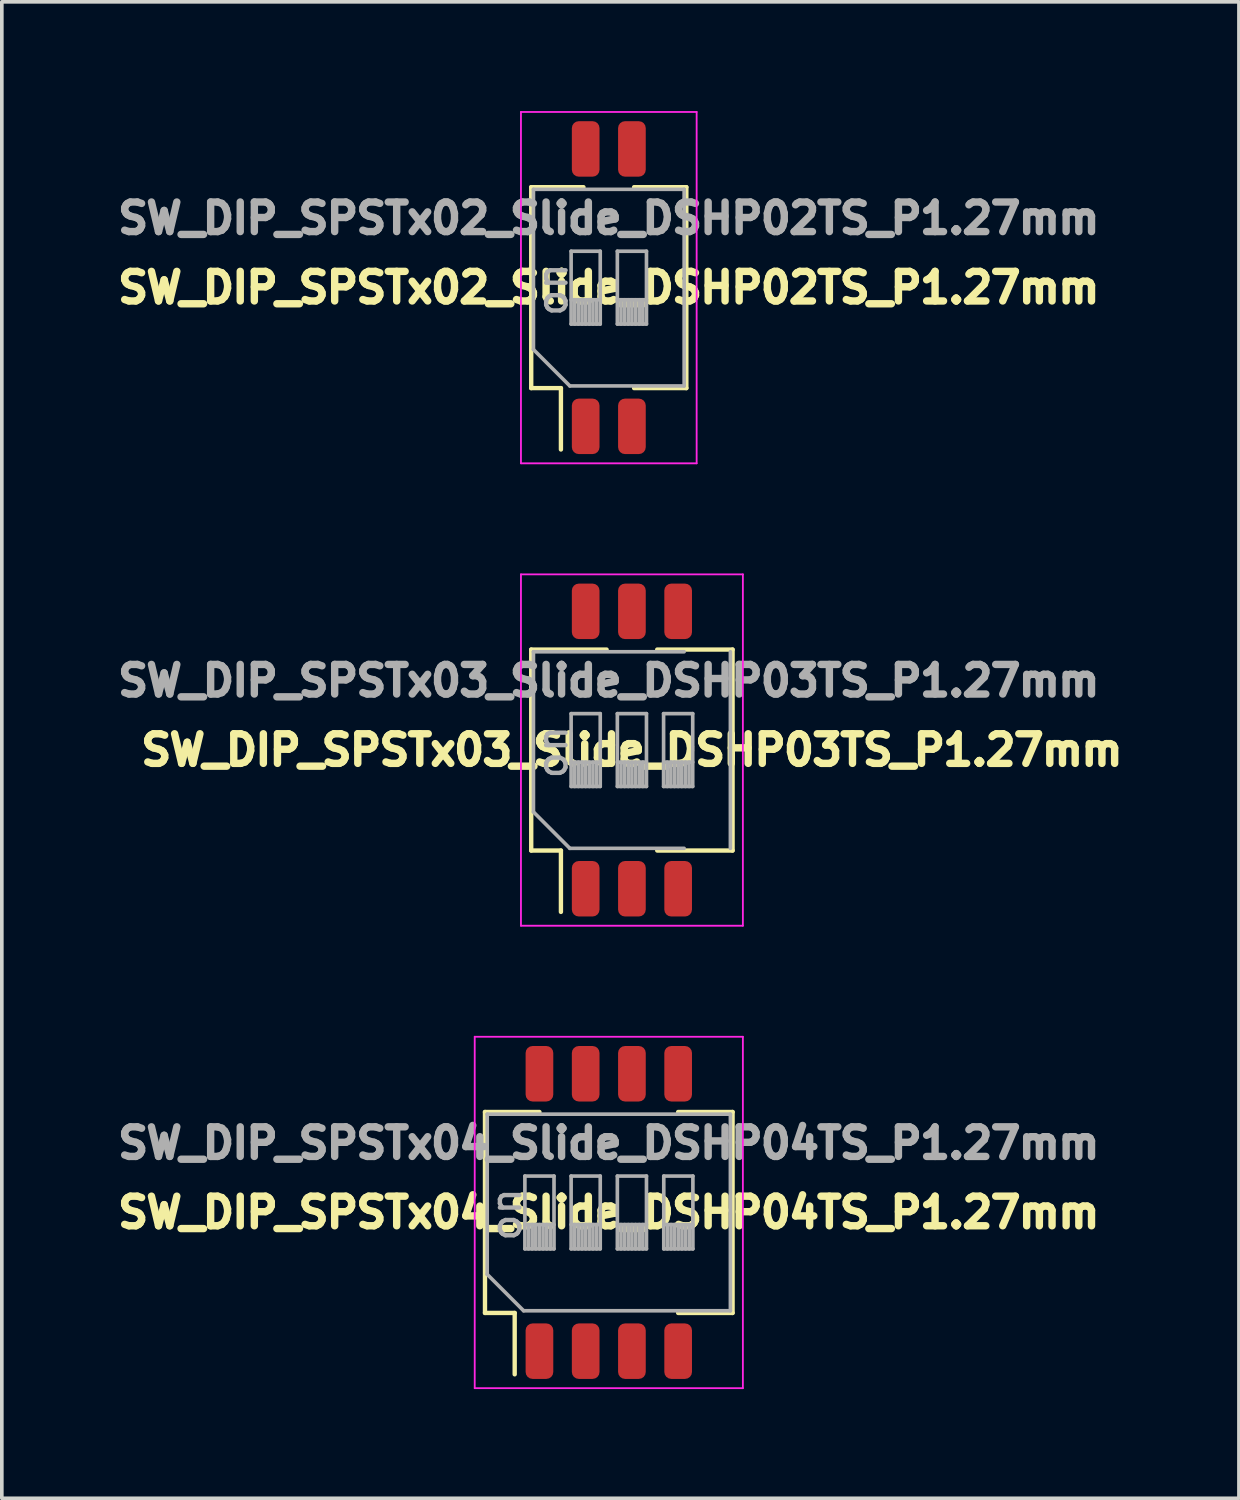
<source format=kicad_pcb>
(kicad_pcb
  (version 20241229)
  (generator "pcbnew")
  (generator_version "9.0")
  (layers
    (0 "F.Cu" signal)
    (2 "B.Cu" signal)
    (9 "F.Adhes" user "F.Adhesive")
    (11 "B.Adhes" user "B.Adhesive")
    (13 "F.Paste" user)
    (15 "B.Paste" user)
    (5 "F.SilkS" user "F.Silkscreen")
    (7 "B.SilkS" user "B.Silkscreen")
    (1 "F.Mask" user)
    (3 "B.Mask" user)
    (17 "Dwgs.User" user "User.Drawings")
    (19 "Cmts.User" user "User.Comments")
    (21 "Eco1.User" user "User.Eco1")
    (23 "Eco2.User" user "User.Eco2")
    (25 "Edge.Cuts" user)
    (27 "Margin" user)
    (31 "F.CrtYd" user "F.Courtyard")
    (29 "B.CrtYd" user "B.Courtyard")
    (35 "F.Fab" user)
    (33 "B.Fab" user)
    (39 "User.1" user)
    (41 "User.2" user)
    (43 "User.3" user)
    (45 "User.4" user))
  (footprint "SW_DIP_SPSTx04_Slide_DSHP04TS_P1.27mm"
    (layer "F.Cu")
    (at 13.673 30.255)
    (property "Reference" "SW_DIP_SPSTx04_Slide_DSHP04TS_P1.27mm" (at 0 -1.905 180) (layer "F.Fab") (effects (font (size 0.813 0.813) (thickness 0.203))))
    (attr smd)
    (fp_line (start -3.401 -2.76) (end -1.905 -2.76) (stroke (width 0.12) (type solid)) (layer "F.SilkS"))
    (fp_line (start -3.401 2.76) (end -3.401 -2.76) (stroke (width 0.12) (type solid)) (layer "F.SilkS"))
    (fp_line (start -3.401 2.76) (end -2.585 2.76) (stroke (width 0.12) (type solid)) (layer "F.SilkS"))
    (fp_line (start -2.585 4.446) (end -2.585 2.76) (stroke (width 0.12) (type solid)) (layer "F.SilkS"))
    (fp_line (start 1.905 -2.76) (end 3.4 -2.76) (stroke (width 0.12) (type solid)) (layer "F.SilkS"))
    (fp_line (start 1.905 2.76) (end 3.4 2.76) (stroke (width 0.12) (type solid)) (layer "F.SilkS"))
    (fp_line (start 3.4 2.76) (end 3.4 -2.76) (stroke (width 0.12) (type solid)) (layer "F.SilkS"))
    (fp_line (start -3.683 -4.826) (end -3.683 4.826) (stroke (width 0.05) (type solid)) (layer "F.CrtYd"))
    (fp_line (start -3.683 4.826) (end 3.683 4.826) (stroke (width 0.05) (type solid)) (layer "F.CrtYd"))
    (fp_line (start 3.683 -4.826) (end -3.683 -4.826) (stroke (width 0.05) (type solid)) (layer "F.CrtYd"))
    (fp_line (start 3.683 4.826) (end 3.683 -4.826) (stroke (width 0.05) (type solid)) (layer "F.CrtYd"))
    (fp_line (start -3.34 -2.7) (end 3.34 -2.7) (stroke (width 0.1) (type solid)) (layer "F.Fab"))
    (fp_line (start -3.34 1.7) (end -3.34 -2.7) (stroke (width 0.1) (type solid)) (layer "F.Fab"))
    (fp_line (start -2.34 2.7) (end -3.34 1.7) (stroke (width 0.1) (type solid)) (layer "F.Fab"))
    (fp_line (start -2.305 -1) (end -2.305 1) (stroke (width 0.1) (type solid)) (layer "F.Fab"))
    (fp_line (start -2.305 0.333) (end -1.505 0.333) (stroke (width 0.1) (type solid)) (layer "F.Fab"))
    (fp_line (start -2.305 1) (end -1.505 1) (stroke (width 0.1) (type solid)) (layer "F.Fab"))
    (fp_line (start -2.205 1) (end -2.205 0.333) (stroke (width 0.1) (type solid)) (layer "F.Fab"))
    (fp_line (start -2.105 1) (end -2.105 0.333) (stroke (width 0.1) (type solid)) (layer "F.Fab"))
    (fp_line (start -2.005 1) (end -2.005 0.333) (stroke (width 0.1) (type solid)) (layer "F.Fab"))
    (fp_line (start -1.905 1) (end -1.905 0.333) (stroke (width 0.1) (type solid)) (layer "F.Fab"))
    (fp_line (start -1.805 1) (end -1.805 0.333) (stroke (width 0.1) (type solid)) (layer "F.Fab"))
    (fp_line (start -1.705 1) (end -1.705 0.333) (stroke (width 0.1) (type solid)) (layer "F.Fab"))
    (fp_line (start -1.605 1) (end -1.605 0.333) (stroke (width 0.1) (type solid)) (layer "F.Fab"))
    (fp_line (start -1.505 -1) (end -2.305 -1) (stroke (width 0.1) (type solid)) (layer "F.Fab"))
    (fp_line (start -1.505 1) (end -1.505 -1) (stroke (width 0.1) (type solid)) (layer "F.Fab"))
    (fp_line (start -1.035 -1) (end -1.035 1) (stroke (width 0.1) (type solid)) (layer "F.Fab"))
    (fp_line (start -1.035 0.333) (end -0.235 0.333) (stroke (width 0.1) (type solid)) (layer "F.Fab"))
    (fp_line (start -1.035 1) (end -0.235 1) (stroke (width 0.1) (type solid)) (layer "F.Fab"))
    (fp_line (start -0.935 1) (end -0.935 0.333) (stroke (width 0.1) (type solid)) (layer "F.Fab"))
    (fp_line (start -0.835 1) (end -0.835 0.333) (stroke (width 0.1) (type solid)) (layer "F.Fab"))
    (fp_line (start -0.735 1) (end -0.735 0.333) (stroke (width 0.1) (type solid)) (layer "F.Fab"))
    (fp_line (start -0.635 1) (end -0.635 0.333) (stroke (width 0.1) (type solid)) (layer "F.Fab"))
    (fp_line (start -0.535 1) (end -0.535 0.333) (stroke (width 0.1) (type solid)) (layer "F.Fab"))
    (fp_line (start -0.435 1) (end -0.435 0.333) (stroke (width 0.1) (type solid)) (layer "F.Fab"))
    (fp_line (start -0.335 1) (end -0.335 0.333) (stroke (width 0.1) (type solid)) (layer "F.Fab"))
    (fp_line (start -0.235 -1) (end -1.035 -1) (stroke (width 0.1) (type solid)) (layer "F.Fab"))
    (fp_line (start -0.235 1) (end -0.235 -1) (stroke (width 0.1) (type solid)) (layer "F.Fab"))
    (fp_line (start 0.235 -1) (end 0.235 1) (stroke (width 0.1) (type solid)) (layer "F.Fab"))
    (fp_line (start 0.235 0.333) (end 1.035 0.333) (stroke (width 0.1) (type solid)) (layer "F.Fab"))
    (fp_line (start 0.235 1) (end 1.035 1) (stroke (width 0.1) (type solid)) (layer "F.Fab"))
    (fp_line (start 0.335 1) (end 0.335 0.333) (stroke (width 0.1) (type solid)) (layer "F.Fab"))
    (fp_line (start 0.435 1) (end 0.435 0.333) (stroke (width 0.1) (type solid)) (layer "F.Fab"))
    (fp_line (start 0.535 1) (end 0.535 0.333) (stroke (width 0.1) (type solid)) (layer "F.Fab"))
    (fp_line (start 0.635 1) (end 0.635 0.333) (stroke (width 0.1) (type solid)) (layer "F.Fab"))
    (fp_line (start 0.735 1) (end 0.735 0.333) (stroke (width 0.1) (type solid)) (layer "F.Fab"))
    (fp_line (start 0.835 1) (end 0.835 0.333) (stroke (width 0.1) (type solid)) (layer "F.Fab"))
    (fp_line (start 0.935 1) (end 0.935 0.333) (stroke (width 0.1) (type solid)) (layer "F.Fab"))
    (fp_line (start 1.035 -1) (end 0.235 -1) (stroke (width 0.1) (type solid)) (layer "F.Fab"))
    (fp_line (start 1.035 1) (end 1.035 -1) (stroke (width 0.1) (type solid)) (layer "F.Fab"))
    (fp_line (start 1.51 -1) (end 1.51 1) (stroke (width 0.1) (type solid)) (layer "F.Fab"))
    (fp_line (start 1.51 0.333) (end 2.31 0.333) (stroke (width 0.1) (type solid)) (layer "F.Fab"))
    (fp_line (start 1.51 1) (end 2.31 1) (stroke (width 0.1) (type solid)) (layer "F.Fab"))
    (fp_line (start 1.61 1) (end 1.61 0.333) (stroke (width 0.1) (type solid)) (layer "F.Fab"))
    (fp_line (start 1.71 1) (end 1.71 0.333) (stroke (width 0.1) (type solid)) (layer "F.Fab"))
    (fp_line (start 1.81 1) (end 1.81 0.333) (stroke (width 0.1) (type solid)) (layer "F.Fab"))
    (fp_line (start 1.91 1) (end 1.91 0.333) (stroke (width 0.1) (type solid)) (layer "F.Fab"))
    (fp_line (start 2.01 1) (end 2.01 0.333) (stroke (width 0.1) (type solid)) (layer "F.Fab"))
    (fp_line (start 2.11 1) (end 2.11 0.333) (stroke (width 0.1) (type solid)) (layer "F.Fab"))
    (fp_line (start 2.21 1) (end 2.21 0.333) (stroke (width 0.1) (type solid)) (layer "F.Fab"))
    (fp_line (start 2.31 -1) (end 1.51 -1) (stroke (width 0.1) (type solid)) (layer "F.Fab"))
    (fp_line (start 2.31 1) (end 2.31 -1) (stroke (width 0.1) (type solid)) (layer "F.Fab"))
    (fp_line (start 3.34 -2.7) (end 3.34 2.7) (stroke (width 0.1) (type solid)) (layer "F.Fab"))
    (fp_line (start 3.34 2.7) (end -2.34 2.7) (stroke (width 0.1) (type solid)) (layer "F.Fab"))
    (fp_text user "${REFERENCE}" (at 0 0 180) (layer "F.SilkS") (effects (font (size 0.813 0.813) (thickness 0.203))))
    (fp_text user "on" (at -2.822 0.055 90) (layer "F.Fab") (effects (font (size 0.8 0.8) (thickness 0.12))))
    (pad "1" smd roundrect (at -1.905 3.81 90) (size 1.524 0.76) (layers "F.Cu" "F.Mask" "F.Paste") (roundrect_rratio 0.25))
    (pad "2" smd roundrect (at -0.635 3.81 90) (size 1.524 0.76) (layers "F.Cu" "F.Mask" "F.Paste") (roundrect_rratio 0.25))
    (pad "3" smd roundrect (at 0.635 3.81 90) (size 1.524 0.76) (layers "F.Cu" "F.Mask" "F.Paste") (roundrect_rratio 0.25))
    (pad "4" smd roundrect (at 1.905 3.81 90) (size 1.524 0.76) (layers "F.Cu" "F.Mask" "F.Paste") (roundrect_rratio 0.25))
    (pad "5" smd roundrect (at 1.905 -3.81 90) (size 1.524 0.76) (layers "F.Cu" "F.Mask" "F.Paste") (roundrect_rratio 0.25))
    (pad "6" smd roundrect (at 0.635 -3.81 90) (size 1.524 0.76) (layers "F.Cu" "F.Mask" "F.Paste") (roundrect_rratio 0.25))
    (pad "7" smd roundrect (at -0.635 -3.81 90) (size 1.524 0.76) (layers "F.Cu" "F.Mask" "F.Paste") (roundrect_rratio 0.25))
    (pad "8" smd roundrect (at -1.905 -3.81 90) (size 1.524 0.76) (layers "F.Cu" "F.Mask" "F.Paste") (roundrect_rratio 0.25)))
  (footprint "SW_DIP_SPSTx03_Slide_DSHP03TS_P1.27mm"
    (layer "F.Cu")
    (at 14.308 17.553)
    (property "Reference" "SW_DIP_SPSTx03_Slide_DSHP03TS_P1.27mm" (at -0.635 -1.905 180) (layer "F.Fab") (effects (font (size 0.813 0.813) (thickness 0.203))))
    (attr smd)
    (fp_line (start -2.766 -2.76) (end -0.695 -2.76) (stroke (width 0.12) (type solid)) (layer "F.SilkS"))
    (fp_line (start -2.766 2.76) (end -2.766 -2.76) (stroke (width 0.12) (type solid)) (layer "F.SilkS"))
    (fp_line (start -2.766 2.76) (end -1.95 2.76) (stroke (width 0.12) (type solid)) (layer "F.SilkS"))
    (fp_line (start -1.95 4.446) (end -1.95 2.76) (stroke (width 0.12) (type solid)) (layer "F.SilkS"))
    (fp_line (start 0.695 -2.76) (end 2.765 -2.76) (stroke (width 0.12) (type solid)) (layer "F.SilkS"))
    (fp_line (start 0.695 2.76) (end 2.765 2.76) (stroke (width 0.12) (type solid)) (layer "F.SilkS"))
    (fp_line (start 2.765 2.76) (end 2.765 -2.76) (stroke (width 0.12) (type solid)) (layer "F.SilkS"))
    (fp_line (start -3.048 -4.826) (end -3.048 4.826) (stroke (width 0.05) (type solid)) (layer "F.CrtYd"))
    (fp_line (start -3.048 4.826) (end 3.048 4.826) (stroke (width 0.05) (type solid)) (layer "F.CrtYd"))
    (fp_line (start 3.048 -4.826) (end -3.048 -4.826) (stroke (width 0.05) (type solid)) (layer "F.CrtYd"))
    (fp_line (start 3.048 4.826) (end 3.048 -4.826) (stroke (width 0.05) (type solid)) (layer "F.CrtYd"))
    (fp_line (start -2.705 -2.7) (end 1.435 -2.7) (stroke (width 0.1) (type solid)) (layer "F.Fab"))
    (fp_line (start -2.705 1.7) (end -2.705 -2.7) (stroke (width 0.1) (type solid)) (layer "F.Fab"))
    (fp_line (start -1.705 2.7) (end -2.705 1.7) (stroke (width 0.1) (type solid)) (layer "F.Fab"))
    (fp_line (start -1.67 -1) (end -1.67 1) (stroke (width 0.1) (type solid)) (layer "F.Fab"))
    (fp_line (start -1.67 0.333) (end -0.87 0.333) (stroke (width 0.1) (type solid)) (layer "F.Fab"))
    (fp_line (start -1.67 1) (end -0.87 1) (stroke (width 0.1) (type solid)) (layer "F.Fab"))
    (fp_line (start -1.57 1) (end -1.57 0.333) (stroke (width 0.1) (type solid)) (layer "F.Fab"))
    (fp_line (start -1.47 1) (end -1.47 0.333) (stroke (width 0.1) (type solid)) (layer "F.Fab"))
    (fp_line (start -1.37 1) (end -1.37 0.333) (stroke (width 0.1) (type solid)) (layer "F.Fab"))
    (fp_line (start -1.27 1) (end -1.27 0.333) (stroke (width 0.1) (type solid)) (layer "F.Fab"))
    (fp_line (start -1.17 1) (end -1.17 0.333) (stroke (width 0.1) (type solid)) (layer "F.Fab"))
    (fp_line (start -1.07 1) (end -1.07 0.333) (stroke (width 0.1) (type solid)) (layer "F.Fab"))
    (fp_line (start -0.97 1) (end -0.97 0.333) (stroke (width 0.1) (type solid)) (layer "F.Fab"))
    (fp_line (start -0.87 -1) (end -1.67 -1) (stroke (width 0.1) (type solid)) (layer "F.Fab"))
    (fp_line (start -0.87 1) (end -0.87 -1) (stroke (width 0.1) (type solid)) (layer "F.Fab"))
    (fp_line (start -0.4 -1) (end -0.4 1) (stroke (width 0.1) (type solid)) (layer "F.Fab"))
    (fp_line (start -0.4 0.333) (end 0.4 0.333) (stroke (width 0.1) (type solid)) (layer "F.Fab"))
    (fp_line (start -0.4 1) (end 0.4 1) (stroke (width 0.1) (type solid)) (layer "F.Fab"))
    (fp_line (start -0.3 1) (end -0.3 0.333) (stroke (width 0.1) (type solid)) (layer "F.Fab"))
    (fp_line (start -0.2 1) (end -0.2 0.333) (stroke (width 0.1) (type solid)) (layer "F.Fab"))
    (fp_line (start -0.1 1) (end -0.1 0.333) (stroke (width 0.1) (type solid)) (layer "F.Fab"))
    (fp_line (start 0 1) (end 0 0.333) (stroke (width 0.1) (type solid)) (layer "F.Fab"))
    (fp_line (start 0.1 1) (end 0.1 0.333) (stroke (width 0.1) (type solid)) (layer "F.Fab"))
    (fp_line (start 0.2 1) (end 0.2 0.333) (stroke (width 0.1) (type solid)) (layer "F.Fab"))
    (fp_line (start 0.3 1) (end 0.3 0.333) (stroke (width 0.1) (type solid)) (layer "F.Fab"))
    (fp_line (start 0.4 -1) (end -0.4 -1) (stroke (width 0.1) (type solid)) (layer "F.Fab"))
    (fp_line (start 0.4 1) (end 0.4 -1) (stroke (width 0.1) (type solid)) (layer "F.Fab"))
    (fp_line (start 0.87 -1) (end 0.87 1) (stroke (width 0.1) (type solid)) (layer "F.Fab"))
    (fp_line (start 0.87 0.333) (end 1.67 0.333) (stroke (width 0.1) (type solid)) (layer "F.Fab"))
    (fp_line (start 0.87 1) (end 1.67 1) (stroke (width 0.1) (type solid)) (layer "F.Fab"))
    (fp_line (start 0.97 1) (end 0.97 0.333) (stroke (width 0.1) (type solid)) (layer "F.Fab"))
    (fp_line (start 1.07 1) (end 1.07 0.333) (stroke (width 0.1) (type solid)) (layer "F.Fab"))
    (fp_line (start 1.17 1) (end 1.17 0.333) (stroke (width 0.1) (type solid)) (layer "F.Fab"))
    (fp_line (start 1.27 1) (end 1.27 0.333) (stroke (width 0.1) (type solid)) (layer "F.Fab"))
    (fp_line (start 1.37 1) (end 1.37 0.333) (stroke (width 0.1) (type solid)) (layer "F.Fab"))
    (fp_line (start 1.435 2.7) (end -1.705 2.7) (stroke (width 0.1) (type solid)) (layer "F.Fab"))
    (fp_line (start 1.47 1) (end 1.47 0.333) (stroke (width 0.1) (type solid)) (layer "F.Fab"))
    (fp_line (start 1.57 1) (end 1.57 0.333) (stroke (width 0.1) (type solid)) (layer "F.Fab"))
    (fp_line (start 1.67 -1) (end 0.87 -1) (stroke (width 0.1) (type solid)) (layer "F.Fab"))
    (fp_line (start 1.67 1) (end 1.67 -1) (stroke (width 0.1) (type solid)) (layer "F.Fab"))
    (fp_line (start 2.705 -2.7) (end 2.705 2.7) (stroke (width 0.1) (type solid)) (layer "F.Fab"))
    (fp_text user "${REFERENCE}" (at 0 0 180) (layer "F.SilkS") (effects (font (size 0.813 0.813) (thickness 0.203))))
    (fp_text user "on" (at -2.188 0.055 90) (layer "F.Fab") (effects (font (size 0.8 0.8) (thickness 0.12))))
    (pad "1" smd roundrect (at -1.27 3.81 90) (size 1.524 0.76) (layers "F.Cu" "F.Mask" "F.Paste") (roundrect_rratio 0.25))
    (pad "2" smd roundrect (at 0 3.81 90) (size 1.524 0.76) (layers "F.Cu" "F.Mask" "F.Paste") (roundrect_rratio 0.25))
    (pad "3" smd roundrect (at 1.27 3.81 90) (size 1.524 0.76) (layers "F.Cu" "F.Mask" "F.Paste") (roundrect_rratio 0.25))
    (pad "4" smd roundrect (at 1.27 -3.81 90) (size 1.524 0.76) (layers "F.Cu" "F.Mask" "F.Paste") (roundrect_rratio 0.25))
    (pad "5" smd roundrect (at 0 -3.81 90) (size 1.524 0.76) (layers "F.Cu" "F.Mask" "F.Paste") (roundrect_rratio 0.25))
    (pad "6" smd roundrect (at -1.27 -3.81 90) (size 1.524 0.76) (layers "F.Cu" "F.Mask" "F.Paste") (roundrect_rratio 0.25)))
  (footprint "SW_DIP_SPSTx02_Slide_DSHP02TS_P1.27mm"
    (layer "F.Cu")
    (at 13.673 4.851)
    (property "Reference" "SW_DIP_SPSTx02_Slide_DSHP02TS_P1.27mm" (at 0 -1.905 180) (layer "F.Fab") (effects (font (size 0.813 0.813) (thickness 0.203))))
    (attr smd)
    (fp_line (start -2.131 -2.76) (end -0.696 -2.76) (stroke (width 0.12) (type solid)) (layer "F.SilkS"))
    (fp_line (start -2.131 2.76) (end -2.131 -2.76) (stroke (width 0.12) (type solid)) (layer "F.SilkS"))
    (fp_line (start -2.131 2.76) (end -1.315 2.76) (stroke (width 0.12) (type solid)) (layer "F.SilkS"))
    (fp_line (start -1.315 4.446) (end -1.315 2.76) (stroke (width 0.12) (type solid)) (layer "F.SilkS"))
    (fp_line (start 0.695 -2.76) (end 2.13 -2.76) (stroke (width 0.12) (type solid)) (layer "F.SilkS"))
    (fp_line (start 0.695 2.76) (end 2.13 2.76) (stroke (width 0.12) (type solid)) (layer "F.SilkS"))
    (fp_line (start 2.13 2.76) (end 2.13 -2.76) (stroke (width 0.12) (type solid)) (layer "F.SilkS"))
    (fp_line (start -2.413 -4.826) (end -2.413 4.826) (stroke (width 0.05) (type solid)) (layer "F.CrtYd"))
    (fp_line (start -2.413 4.826) (end 2.413 4.826) (stroke (width 0.05) (type solid)) (layer "F.CrtYd"))
    (fp_line (start 2.413 -4.826) (end -2.413 -4.826) (stroke (width 0.05) (type solid)) (layer "F.CrtYd"))
    (fp_line (start 2.413 4.826) (end 2.413 -4.826) (stroke (width 0.05) (type solid)) (layer "F.CrtYd"))
    (fp_line (start -2.07 -2.7) (end 2.07 -2.7) (stroke (width 0.1) (type solid)) (layer "F.Fab"))
    (fp_line (start -2.07 1.7) (end -2.07 -2.7) (stroke (width 0.1) (type solid)) (layer "F.Fab"))
    (fp_line (start -1.07 2.7) (end -2.07 1.7) (stroke (width 0.1) (type solid)) (layer "F.Fab"))
    (fp_line (start -1.035 -1) (end -1.035 1) (stroke (width 0.1) (type solid)) (layer "F.Fab"))
    (fp_line (start -1.035 0.333) (end -0.235 0.333) (stroke (width 0.1) (type solid)) (layer "F.Fab"))
    (fp_line (start -1.035 1) (end -0.235 1) (stroke (width 0.1) (type solid)) (layer "F.Fab"))
    (fp_line (start -0.935 1) (end -0.935 0.333) (stroke (width 0.1) (type solid)) (layer "F.Fab"))
    (fp_line (start -0.835 1) (end -0.835 0.333) (stroke (width 0.1) (type solid)) (layer "F.Fab"))
    (fp_line (start -0.735 1) (end -0.735 0.333) (stroke (width 0.1) (type solid)) (layer "F.Fab"))
    (fp_line (start -0.635 1) (end -0.635 0.333) (stroke (width 0.1) (type solid)) (layer "F.Fab"))
    (fp_line (start -0.535 1) (end -0.535 0.333) (stroke (width 0.1) (type solid)) (layer "F.Fab"))
    (fp_line (start -0.435 1) (end -0.435 0.333) (stroke (width 0.1) (type solid)) (layer "F.Fab"))
    (fp_line (start -0.335 1) (end -0.335 0.333) (stroke (width 0.1) (type solid)) (layer "F.Fab"))
    (fp_line (start -0.235 -1) (end -1.035 -1) (stroke (width 0.1) (type solid)) (layer "F.Fab"))
    (fp_line (start -0.235 1) (end -0.235 -1) (stroke (width 0.1) (type solid)) (layer "F.Fab"))
    (fp_line (start 0.235 -1) (end 0.235 1) (stroke (width 0.1) (type solid)) (layer "F.Fab"))
    (fp_line (start 0.235 0.333) (end 1.035 0.333) (stroke (width 0.1) (type solid)) (layer "F.Fab"))
    (fp_line (start 0.235 1) (end 1.035 1) (stroke (width 0.1) (type solid)) (layer "F.Fab"))
    (fp_line (start 0.335 1) (end 0.335 0.333) (stroke (width 0.1) (type solid)) (layer "F.Fab"))
    (fp_line (start 0.435 1) (end 0.435 0.333) (stroke (width 0.1) (type solid)) (layer "F.Fab"))
    (fp_line (start 0.535 1) (end 0.535 0.333) (stroke (width 0.1) (type solid)) (layer "F.Fab"))
    (fp_line (start 0.635 1) (end 0.635 0.333) (stroke (width 0.1) (type solid)) (layer "F.Fab"))
    (fp_line (start 0.735 1) (end 0.735 0.333) (stroke (width 0.1) (type solid)) (layer "F.Fab"))
    (fp_line (start 0.835 1) (end 0.835 0.333) (stroke (width 0.1) (type solid)) (layer "F.Fab"))
    (fp_line (start 0.935 1) (end 0.935 0.333) (stroke (width 0.1) (type solid)) (layer "F.Fab"))
    (fp_line (start 1.035 -1) (end 0.235 -1) (stroke (width 0.1) (type solid)) (layer "F.Fab"))
    (fp_line (start 1.035 1) (end 1.035 -1) (stroke (width 0.1) (type solid)) (layer "F.Fab"))
    (fp_line (start 2.07 -2.7) (end 2.07 2.7) (stroke (width 0.1) (type solid)) (layer "F.Fab"))
    (fp_line (start 2.07 2.7) (end -1.07 2.7) (stroke (width 0.1) (type solid)) (layer "F.Fab"))
    (fp_text user "${REFERENCE}" (at 0 0 180) (layer "F.SilkS") (effects (font (size 0.813 0.813) (thickness 0.203))))
    (fp_text user "on" (at -1.552 0.055 90) (layer "F.Fab") (effects (font (size 0.8 0.8) (thickness 0.12))))
    (pad "1" smd roundrect (at -0.635 3.81 90) (size 1.524 0.76) (layers "F.Cu" "F.Mask" "F.Paste") (roundrect_rratio 0.25))
    (pad "2" smd roundrect (at 0.635 3.81 90) (size 1.524 0.76) (layers "F.Cu" "F.Mask" "F.Paste") (roundrect_rratio 0.25))
    (pad "3" smd roundrect (at 0.635 -3.81 90) (size 1.524 0.76) (layers "F.Cu" "F.Mask" "F.Paste") (roundrect_rratio 0.25))
    (pad "4" smd roundrect (at -0.635 -3.81 90) (size 1.524 0.76) (layers "F.Cu" "F.Mask" "F.Paste") (roundrect_rratio 0.25)))
  (gr_rect
    (start -3 -3)
    (end 30.982 38.106)
    (stroke (width 0.1) (type default))
    (fill no)
    (layer "Edge.Cuts")))
</source>
